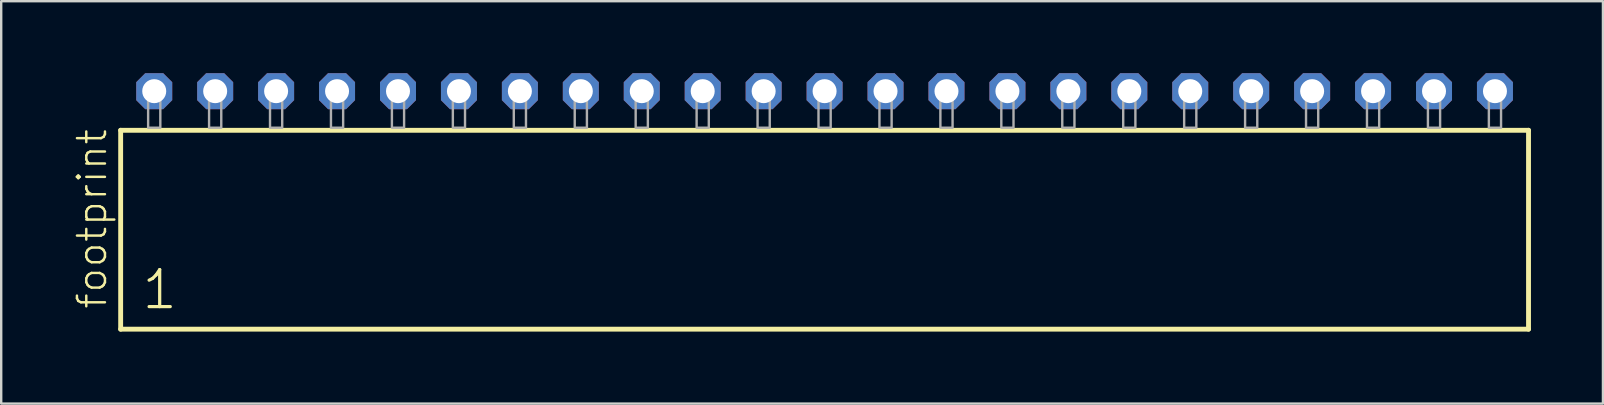
<source format=kicad_pcb>
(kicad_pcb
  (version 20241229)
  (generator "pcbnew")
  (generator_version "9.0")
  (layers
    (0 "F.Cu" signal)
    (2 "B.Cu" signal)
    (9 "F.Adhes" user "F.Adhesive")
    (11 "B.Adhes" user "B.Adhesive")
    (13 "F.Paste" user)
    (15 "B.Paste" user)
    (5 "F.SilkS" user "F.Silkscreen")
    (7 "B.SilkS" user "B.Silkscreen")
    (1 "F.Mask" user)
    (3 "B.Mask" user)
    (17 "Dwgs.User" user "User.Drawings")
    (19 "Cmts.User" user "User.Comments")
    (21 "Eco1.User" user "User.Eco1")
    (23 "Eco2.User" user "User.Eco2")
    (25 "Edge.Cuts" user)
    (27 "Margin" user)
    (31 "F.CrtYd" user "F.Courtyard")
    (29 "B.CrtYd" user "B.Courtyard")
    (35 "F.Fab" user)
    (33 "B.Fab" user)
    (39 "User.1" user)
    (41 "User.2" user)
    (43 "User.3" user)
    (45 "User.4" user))
  (footprint "footprint"
    (layer "F.Cu")
    (at 31.318 2.274)
    (property "Reference" "footprint" (at -29.845 7.62 90) (layer "F.SilkS") (effects (font (size 1.168 1.168) (thickness 0.102)) (justify left bottom)))
    (fp_line (start -29.339 0.106) (end -29.339 8.396) (stroke (width 0.203) (type solid)) (layer "F.SilkS"))
    (fp_line (start -29.339 8.396) (end 29.339 8.396) (stroke (width 0.203) (type solid)) (layer "F.SilkS"))
    (fp_line (start 29.339 0.106) (end -29.339 0.106) (stroke (width 0.203) (type solid)) (layer "F.SilkS"))
    (fp_line (start 29.339 8.396) (end 29.339 0.106) (stroke (width 0.203) (type solid)) (layer "F.SilkS"))
    (fp_poly (pts (xy -28.194 0) (xy -27.686 0) (xy -27.686 -1.778) (xy -28.194 -1.778)) (stroke (width 0.1) (type solid)) (fill no) (layer "F.Fab"))
    (fp_poly (pts (xy -25.654 0) (xy -25.146 0) (xy -25.146 -1.778) (xy -25.654 -1.778)) (stroke (width 0.1) (type solid)) (fill no) (layer "F.Fab"))
    (fp_poly (pts (xy -23.114 0) (xy -22.606 0) (xy -22.606 -1.778) (xy -23.114 -1.778)) (stroke (width 0.1) (type solid)) (fill no) (layer "F.Fab"))
    (fp_poly (pts (xy -20.574 0) (xy -20.066 0) (xy -20.066 -1.778) (xy -20.574 -1.778)) (stroke (width 0.1) (type solid)) (fill no) (layer "F.Fab"))
    (fp_poly (pts (xy -18.034 0) (xy -17.526 0) (xy -17.526 -1.778) (xy -18.034 -1.778)) (stroke (width 0.1) (type solid)) (fill no) (layer "F.Fab"))
    (fp_poly (pts (xy -15.494 0) (xy -14.986 0) (xy -14.986 -1.778) (xy -15.494 -1.778)) (stroke (width 0.1) (type solid)) (fill no) (layer "F.Fab"))
    (fp_poly (pts (xy -12.954 0) (xy -12.446 0) (xy -12.446 -1.778) (xy -12.954 -1.778)) (stroke (width 0.1) (type solid)) (fill no) (layer "F.Fab"))
    (fp_poly (pts (xy -10.414 0) (xy -9.906 0) (xy -9.906 -1.778) (xy -10.414 -1.778)) (stroke (width 0.1) (type solid)) (fill no) (layer "F.Fab"))
    (fp_poly (pts (xy -7.874 0) (xy -7.366 0) (xy -7.366 -1.778) (xy -7.874 -1.778)) (stroke (width 0.1) (type solid)) (fill no) (layer "F.Fab"))
    (fp_poly (pts (xy -5.334 0) (xy -4.826 0) (xy -4.826 -1.778) (xy -5.334 -1.778)) (stroke (width 0.1) (type solid)) (fill no) (layer "F.Fab"))
    (fp_poly (pts (xy -2.794 0) (xy -2.286 0) (xy -2.286 -1.778) (xy -2.794 -1.778)) (stroke (width 0.1) (type solid)) (fill no) (layer "F.Fab"))
    (fp_poly (pts (xy -0.254 0) (xy 0.254 0) (xy 0.254 -1.778) (xy -0.254 -1.778)) (stroke (width 0.1) (type solid)) (fill no) (layer "F.Fab"))
    (fp_poly (pts (xy 2.286 0) (xy 2.794 0) (xy 2.794 -1.778) (xy 2.286 -1.778)) (stroke (width 0.1) (type solid)) (fill no) (layer "F.Fab"))
    (fp_poly (pts (xy 4.826 0) (xy 5.334 0) (xy 5.334 -1.778) (xy 4.826 -1.778)) (stroke (width 0.1) (type solid)) (fill no) (layer "F.Fab"))
    (fp_poly (pts (xy 7.366 0) (xy 7.874 0) (xy 7.874 -1.778) (xy 7.366 -1.778)) (stroke (width 0.1) (type solid)) (fill no) (layer "F.Fab"))
    (fp_poly (pts (xy 9.906 0) (xy 10.414 0) (xy 10.414 -1.778) (xy 9.906 -1.778)) (stroke (width 0.1) (type solid)) (fill no) (layer "F.Fab"))
    (fp_poly (pts (xy 12.446 0) (xy 12.954 0) (xy 12.954 -1.778) (xy 12.446 -1.778)) (stroke (width 0.1) (type solid)) (fill no) (layer "F.Fab"))
    (fp_poly (pts (xy 14.986 0) (xy 15.494 0) (xy 15.494 -1.778) (xy 14.986 -1.778)) (stroke (width 0.1) (type solid)) (fill no) (layer "F.Fab"))
    (fp_poly (pts (xy 17.526 0) (xy 18.034 0) (xy 18.034 -1.778) (xy 17.526 -1.778)) (stroke (width 0.1) (type solid)) (fill no) (layer "F.Fab"))
    (fp_poly (pts (xy 20.066 0) (xy 20.574 0) (xy 20.574 -1.778) (xy 20.066 -1.778)) (stroke (width 0.1) (type solid)) (fill no) (layer "F.Fab"))
    (fp_poly (pts (xy 22.606 0) (xy 23.114 0) (xy 23.114 -1.778) (xy 22.606 -1.778)) (stroke (width 0.1) (type solid)) (fill no) (layer "F.Fab"))
    (fp_poly (pts (xy 25.146 0) (xy 25.654 0) (xy 25.654 -1.778) (xy 25.146 -1.778)) (stroke (width 0.1) (type solid)) (fill no) (layer "F.Fab"))
    (fp_poly (pts (xy 27.686 0) (xy 28.194 0) (xy 28.194 -1.778) (xy 27.686 -1.778)) (stroke (width 0.1) (type solid)) (fill no) (layer "F.Fab"))
    (fp_text user "1" (at -28.535 7.65 0) (layer "F.SilkS") (effects (font (size 1.542 1.542) (thickness 0.134)) (justify left bottom)))
    (pad "1" thru_hole roundrect (at -27.94 -1.524) (size 1.5 1.5) (drill 1) (layers "*.Cu" "*.Mask") (roundrect_rratio 0.25) (chamfer_ratio 0.25) (chamfer top_left top_right bottom_left bottom_right))
    (pad "2" thru_hole roundrect (at -25.4 -1.524) (size 1.5 1.5) (drill 1) (layers "*.Cu" "*.Mask") (roundrect_rratio 0.25) (chamfer_ratio 0.25) (chamfer top_left top_right bottom_left bottom_right))
    (pad "3" thru_hole roundrect (at -22.86 -1.524) (size 1.5 1.5) (drill 1) (layers "*.Cu" "*.Mask") (roundrect_rratio 0.25) (chamfer_ratio 0.25) (chamfer top_left top_right bottom_left bottom_right))
    (pad "4" thru_hole roundrect (at -20.32 -1.524) (size 1.5 1.5) (drill 1) (layers "*.Cu" "*.Mask") (roundrect_rratio 0.25) (chamfer_ratio 0.25) (chamfer top_left top_right bottom_left bottom_right))
    (pad "5" thru_hole roundrect (at -17.78 -1.524) (size 1.5 1.5) (drill 1) (layers "*.Cu" "*.Mask") (roundrect_rratio 0.25) (chamfer_ratio 0.25) (chamfer top_left top_right bottom_left bottom_right))
    (pad "6" thru_hole roundrect (at -15.24 -1.524) (size 1.5 1.5) (drill 1) (layers "*.Cu" "*.Mask") (roundrect_rratio 0.25) (chamfer_ratio 0.25) (chamfer top_left top_right bottom_left bottom_right))
    (pad "7" thru_hole roundrect (at -12.7 -1.524) (size 1.5 1.5) (drill 1) (layers "*.Cu" "*.Mask") (roundrect_rratio 0.25) (chamfer_ratio 0.25) (chamfer top_left top_right bottom_left bottom_right))
    (pad "8" thru_hole roundrect (at -10.16 -1.524) (size 1.5 1.5) (drill 1) (layers "*.Cu" "*.Mask") (roundrect_rratio 0.25) (chamfer_ratio 0.25) (chamfer top_left top_right bottom_left bottom_right))
    (pad "9" thru_hole roundrect (at -7.62 -1.524) (size 1.5 1.5) (drill 1) (layers "*.Cu" "*.Mask") (roundrect_rratio 0.25) (chamfer_ratio 0.25) (chamfer top_left top_right bottom_left bottom_right))
    (pad "10" thru_hole roundrect (at -5.08 -1.524) (size 1.5 1.5) (drill 1) (layers "*.Cu" "*.Mask") (roundrect_rratio 0.25) (chamfer_ratio 0.25) (chamfer top_left top_right bottom_left bottom_right))
    (pad "11" thru_hole roundrect (at -2.54 -1.524) (size 1.5 1.5) (drill 1) (layers "*.Cu" "*.Mask") (roundrect_rratio 0.25) (chamfer_ratio 0.25) (chamfer top_left top_right bottom_left bottom_right))
    (pad "12" thru_hole roundrect (at 0 -1.524) (size 1.5 1.5) (drill 1) (layers "*.Cu" "*.Mask") (roundrect_rratio 0.25) (chamfer_ratio 0.25) (chamfer top_left top_right bottom_left bottom_right))
    (pad "13" thru_hole roundrect (at 2.54 -1.524) (size 1.5 1.5) (drill 1) (layers "*.Cu" "*.Mask") (roundrect_rratio 0.25) (chamfer_ratio 0.25) (chamfer top_left top_right bottom_left bottom_right))
    (pad "14" thru_hole roundrect (at 5.08 -1.524) (size 1.5 1.5) (drill 1) (layers "*.Cu" "*.Mask") (roundrect_rratio 0.25) (chamfer_ratio 0.25) (chamfer top_left top_right bottom_left bottom_right))
    (pad "15" thru_hole roundrect (at 7.62 -1.524) (size 1.5 1.5) (drill 1) (layers "*.Cu" "*.Mask") (roundrect_rratio 0.25) (chamfer_ratio 0.25) (chamfer top_left top_right bottom_left bottom_right))
    (pad "16" thru_hole roundrect (at 10.16 -1.524) (size 1.5 1.5) (drill 1) (layers "*.Cu" "*.Mask") (roundrect_rratio 0.25) (chamfer_ratio 0.25) (chamfer top_left top_right bottom_left bottom_right))
    (pad "17" thru_hole roundrect (at 12.7 -1.524) (size 1.5 1.5) (drill 1) (layers "*.Cu" "*.Mask") (roundrect_rratio 0.25) (chamfer_ratio 0.25) (chamfer top_left top_right bottom_left bottom_right))
    (pad "18" thru_hole roundrect (at 15.24 -1.524) (size 1.5 1.5) (drill 1) (layers "*.Cu" "*.Mask") (roundrect_rratio 0.25) (chamfer_ratio 0.25) (chamfer top_left top_right bottom_left bottom_right))
    (pad "19" thru_hole roundrect (at 17.78 -1.524) (size 1.5 1.5) (drill 1) (layers "*.Cu" "*.Mask") (roundrect_rratio 0.25) (chamfer_ratio 0.25) (chamfer top_left top_right bottom_left bottom_right))
    (pad "20" thru_hole roundrect (at 20.32 -1.524) (size 1.5 1.5) (drill 1) (layers "*.Cu" "*.Mask") (roundrect_rratio 0.25) (chamfer_ratio 0.25) (chamfer top_left top_right bottom_left bottom_right))
    (pad "21" thru_hole roundrect (at 22.86 -1.524) (size 1.5 1.5) (drill 1) (layers "*.Cu" "*.Mask") (roundrect_rratio 0.25) (chamfer_ratio 0.25) (chamfer top_left top_right bottom_left bottom_right))
    (pad "22" thru_hole roundrect (at 25.4 -1.524) (size 1.5 1.5) (drill 1) (layers "*.Cu" "*.Mask") (roundrect_rratio 0.25) (chamfer_ratio 0.25) (chamfer top_left top_right bottom_left bottom_right))
    (pad "23" thru_hole roundrect (at 27.94 -1.524) (size 1.5 1.5) (drill 1) (layers "*.Cu" "*.Mask") (roundrect_rratio 0.25) (chamfer_ratio 0.25) (chamfer top_left top_right bottom_left bottom_right)))
  (gr_rect
    (start -3 -3)
    (end 63.759 13.772)
    (stroke (width 0.1) (type default))
    (fill no)
    (layer "Edge.Cuts")))
</source>
